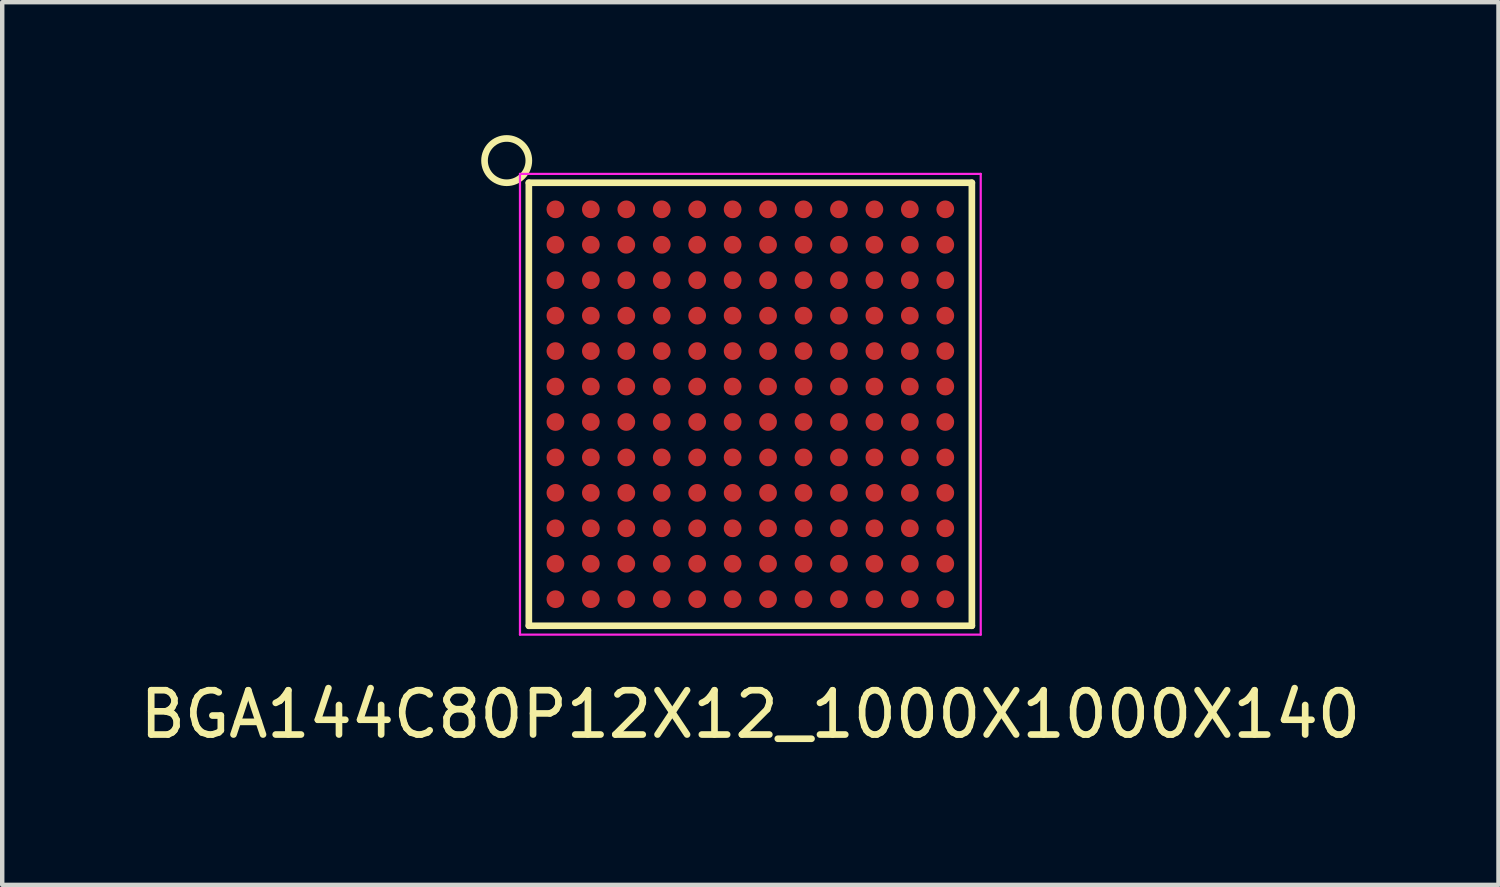
<source format=kicad_pcb>
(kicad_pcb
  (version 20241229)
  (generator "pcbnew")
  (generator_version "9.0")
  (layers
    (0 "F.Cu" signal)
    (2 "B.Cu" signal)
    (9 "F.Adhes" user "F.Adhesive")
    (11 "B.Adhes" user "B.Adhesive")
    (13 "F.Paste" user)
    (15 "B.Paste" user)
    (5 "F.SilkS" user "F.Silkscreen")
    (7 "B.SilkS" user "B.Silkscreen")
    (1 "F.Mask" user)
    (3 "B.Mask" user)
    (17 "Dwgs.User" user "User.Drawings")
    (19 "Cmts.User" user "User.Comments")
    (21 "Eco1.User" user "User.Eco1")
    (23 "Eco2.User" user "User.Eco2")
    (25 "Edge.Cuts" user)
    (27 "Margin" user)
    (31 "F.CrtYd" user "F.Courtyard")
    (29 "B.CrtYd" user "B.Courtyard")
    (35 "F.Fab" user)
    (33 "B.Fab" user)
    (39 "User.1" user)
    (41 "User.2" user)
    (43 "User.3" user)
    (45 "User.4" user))
  (footprint "BGA144C80P12X12_1000X1000X140"
    (layer "F.Cu")
    (at 13.887 6.075)
    (property "Reference" "BGA144C80P12X12_1000X1000X140" (at 0 7 0) (layer "F.SilkS") (effects (font (size 1 1) (thickness 0.15))))
    (attr through_hole)
    (fp_line (start -5 -5) (end -5 5) (stroke (width 0.15) (type solid)) (layer "F.SilkS"))
    (fp_line (start -5 5) (end 5 5) (stroke (width 0.15) (type solid)) (layer "F.SilkS"))
    (fp_line (start 5 -5) (end -5 -5) (stroke (width 0.15) (type solid)) (layer "F.SilkS"))
    (fp_line (start 5 5) (end 5 -5) (stroke (width 0.15) (type solid)) (layer "F.SilkS"))
    (fp_circle (center -5.5 -5.5) (end -6 -5.5) (stroke (width 0.15) (type solid)) (fill no) (layer "F.SilkS"))
    (fp_line (start -5.2 -5.2) (end -5.2 5.2) (stroke (width 0.05) (type solid)) (layer "F.CrtYd"))
    (fp_line (start -5.2 -5.2) (end 5.2 -5.2) (stroke (width 0.05) (type solid)) (layer "F.CrtYd"))
    (fp_line (start 5.2 -5.2) (end 5.2 5.2) (stroke (width 0.05) (type solid)) (layer "F.CrtYd"))
    (fp_line (start 5.2 5.2) (end -5.2 5.2) (stroke (width 0.05) (type solid)) (layer "F.CrtYd"))
    (pad "A1" smd circle (at -4.4 -4.4) (size 0.4 0.4) (layers "F.Cu" "F.Mask" "F.Paste"))
    (pad "A2" smd circle (at -3.6 -4.4) (size 0.4 0.4) (layers "F.Cu" "F.Mask" "F.Paste"))
    (pad "A3" smd circle (at -2.8 -4.4) (size 0.4 0.4) (layers "F.Cu" "F.Mask" "F.Paste"))
    (pad "A4" smd circle (at -2 -4.4) (size 0.4 0.4) (layers "F.Cu" "F.Mask" "F.Paste"))
    (pad "A5" smd circle (at -1.2 -4.4) (size 0.4 0.4) (layers "F.Cu" "F.Mask" "F.Paste"))
    (pad "A6" smd circle (at -0.4 -4.4) (size 0.4 0.4) (layers "F.Cu" "F.Mask" "F.Paste"))
    (pad "A7" smd circle (at 0.4 -4.4) (size 0.4 0.4) (layers "F.Cu" "F.Mask" "F.Paste"))
    (pad "A8" smd circle (at 1.2 -4.4) (size 0.4 0.4) (layers "F.Cu" "F.Mask" "F.Paste"))
    (pad "A9" smd circle (at 2 -4.4) (size 0.4 0.4) (layers "F.Cu" "F.Mask" "F.Paste"))
    (pad "A10" smd circle (at 2.8 -4.4) (size 0.4 0.4) (layers "F.Cu" "F.Mask" "F.Paste"))
    (pad "A11" smd circle (at 3.6 -4.4) (size 0.4 0.4) (layers "F.Cu" "F.Mask" "F.Paste"))
    (pad "A12" smd circle (at 4.4 -4.4) (size 0.4 0.4) (layers "F.Cu" "F.Mask" "F.Paste"))
    (pad "B1" smd circle (at -4.4 -3.6) (size 0.4 0.4) (layers "F.Cu" "F.Mask" "F.Paste"))
    (pad "B2" smd circle (at -3.6 -3.6) (size 0.4 0.4) (layers "F.Cu" "F.Mask" "F.Paste"))
    (pad "B3" smd circle (at -2.8 -3.6) (size 0.4 0.4) (layers "F.Cu" "F.Mask" "F.Paste"))
    (pad "B4" smd circle (at -2 -3.6) (size 0.4 0.4) (layers "F.Cu" "F.Mask" "F.Paste"))
    (pad "B5" smd circle (at -1.2 -3.6) (size 0.4 0.4) (layers "F.Cu" "F.Mask" "F.Paste"))
    (pad "B6" smd circle (at -0.4 -3.6) (size 0.4 0.4) (layers "F.Cu" "F.Mask" "F.Paste"))
    (pad "B7" smd circle (at 0.4 -3.6) (size 0.4 0.4) (layers "F.Cu" "F.Mask" "F.Paste"))
    (pad "B8" smd circle (at 1.2 -3.6) (size 0.4 0.4) (layers "F.Cu" "F.Mask" "F.Paste"))
    (pad "B9" smd circle (at 2 -3.6) (size 0.4 0.4) (layers "F.Cu" "F.Mask" "F.Paste"))
    (pad "B10" smd circle (at 2.8 -3.6) (size 0.4 0.4) (layers "F.Cu" "F.Mask" "F.Paste"))
    (pad "B11" smd circle (at 3.6 -3.6) (size 0.4 0.4) (layers "F.Cu" "F.Mask" "F.Paste"))
    (pad "B12" smd circle (at 4.4 -3.6) (size 0.4 0.4) (layers "F.Cu" "F.Mask" "F.Paste"))
    (pad "C1" smd circle (at -4.4 -2.8) (size 0.4 0.4) (layers "F.Cu" "F.Mask" "F.Paste"))
    (pad "C2" smd circle (at -3.6 -2.8) (size 0.4 0.4) (layers "F.Cu" "F.Mask" "F.Paste"))
    (pad "C3" smd circle (at -2.8 -2.8) (size 0.4 0.4) (layers "F.Cu" "F.Mask" "F.Paste"))
    (pad "C4" smd circle (at -2 -2.8) (size 0.4 0.4) (layers "F.Cu" "F.Mask" "F.Paste"))
    (pad "C5" smd circle (at -1.2 -2.8) (size 0.4 0.4) (layers "F.Cu" "F.Mask" "F.Paste"))
    (pad "C6" smd circle (at -0.4 -2.8) (size 0.4 0.4) (layers "F.Cu" "F.Mask" "F.Paste"))
    (pad "C7" smd circle (at 0.4 -2.8) (size 0.4 0.4) (layers "F.Cu" "F.Mask" "F.Paste"))
    (pad "C8" smd circle (at 1.2 -2.8) (size 0.4 0.4) (layers "F.Cu" "F.Mask" "F.Paste"))
    (pad "C9" smd circle (at 2 -2.8) (size 0.4 0.4) (layers "F.Cu" "F.Mask" "F.Paste"))
    (pad "C10" smd circle (at 2.8 -2.8) (size 0.4 0.4) (layers "F.Cu" "F.Mask" "F.Paste"))
    (pad "C11" smd circle (at 3.6 -2.8) (size 0.4 0.4) (layers "F.Cu" "F.Mask" "F.Paste"))
    (pad "C12" smd circle (at 4.4 -2.8) (size 0.4 0.4) (layers "F.Cu" "F.Mask" "F.Paste"))
    (pad "D1" smd circle (at -4.4 -2) (size 0.4 0.4) (layers "F.Cu" "F.Mask" "F.Paste"))
    (pad "D2" smd circle (at -3.6 -2) (size 0.4 0.4) (layers "F.Cu" "F.Mask" "F.Paste"))
    (pad "D3" smd circle (at -2.8 -2) (size 0.4 0.4) (layers "F.Cu" "F.Mask" "F.Paste"))
    (pad "D4" smd circle (at -2 -2) (size 0.4 0.4) (layers "F.Cu" "F.Mask" "F.Paste"))
    (pad "D5" smd circle (at -1.2 -2) (size 0.4 0.4) (layers "F.Cu" "F.Mask" "F.Paste"))
    (pad "D6" smd circle (at -0.4 -2) (size 0.4 0.4) (layers "F.Cu" "F.Mask" "F.Paste"))
    (pad "D7" smd circle (at 0.4 -2) (size 0.4 0.4) (layers "F.Cu" "F.Mask" "F.Paste"))
    (pad "D8" smd circle (at 1.2 -2) (size 0.4 0.4) (layers "F.Cu" "F.Mask" "F.Paste"))
    (pad "D9" smd circle (at 2 -2) (size 0.4 0.4) (layers "F.Cu" "F.Mask" "F.Paste"))
    (pad "D10" smd circle (at 2.8 -2) (size 0.4 0.4) (layers "F.Cu" "F.Mask" "F.Paste"))
    (pad "D11" smd circle (at 3.6 -2) (size 0.4 0.4) (layers "F.Cu" "F.Mask" "F.Paste"))
    (pad "D12" smd circle (at 4.4 -2) (size 0.4 0.4) (layers "F.Cu" "F.Mask" "F.Paste"))
    (pad "E1" smd circle (at -4.4 -1.2) (size 0.4 0.4) (layers "F.Cu" "F.Mask" "F.Paste"))
    (pad "E2" smd circle (at -3.6 -1.2) (size 0.4 0.4) (layers "F.Cu" "F.Mask" "F.Paste"))
    (pad "E3" smd circle (at -2.8 -1.2) (size 0.4 0.4) (layers "F.Cu" "F.Mask" "F.Paste"))
    (pad "E4" smd circle (at -2 -1.2) (size 0.4 0.4) (layers "F.Cu" "F.Mask" "F.Paste"))
    (pad "E5" smd circle (at -1.2 -1.2) (size 0.4 0.4) (layers "F.Cu" "F.Mask" "F.Paste"))
    (pad "E6" smd circle (at -0.4 -1.2) (size 0.4 0.4) (layers "F.Cu" "F.Mask" "F.Paste"))
    (pad "E7" smd circle (at 0.4 -1.2) (size 0.4 0.4) (layers "F.Cu" "F.Mask" "F.Paste"))
    (pad "E8" smd circle (at 1.2 -1.2) (size 0.4 0.4) (layers "F.Cu" "F.Mask" "F.Paste"))
    (pad "E9" smd circle (at 2 -1.2) (size 0.4 0.4) (layers "F.Cu" "F.Mask" "F.Paste"))
    (pad "E10" smd circle (at 2.8 -1.2) (size 0.4 0.4) (layers "F.Cu" "F.Mask" "F.Paste"))
    (pad "E11" smd circle (at 3.6 -1.2) (size 0.4 0.4) (layers "F.Cu" "F.Mask" "F.Paste"))
    (pad "E12" smd circle (at 4.4 -1.2) (size 0.4 0.4) (layers "F.Cu" "F.Mask" "F.Paste"))
    (pad "F1" smd circle (at -4.4 -0.4) (size 0.4 0.4) (layers "F.Cu" "F.Mask" "F.Paste"))
    (pad "F2" smd circle (at -3.6 -0.4) (size 0.4 0.4) (layers "F.Cu" "F.Mask" "F.Paste"))
    (pad "F3" smd circle (at -2.8 -0.4) (size 0.4 0.4) (layers "F.Cu" "F.Mask" "F.Paste"))
    (pad "F4" smd circle (at -2 -0.4) (size 0.4 0.4) (layers "F.Cu" "F.Mask" "F.Paste"))
    (pad "F5" smd circle (at -1.2 -0.4) (size 0.4 0.4) (layers "F.Cu" "F.Mask" "F.Paste"))
    (pad "F6" smd circle (at -0.4 -0.4) (size 0.4 0.4) (layers "F.Cu" "F.Mask" "F.Paste"))
    (pad "F7" smd circle (at 0.4 -0.4) (size 0.4 0.4) (layers "F.Cu" "F.Mask" "F.Paste"))
    (pad "F8" smd circle (at 1.2 -0.4) (size 0.4 0.4) (layers "F.Cu" "F.Mask" "F.Paste"))
    (pad "F9" smd circle (at 2 -0.4) (size 0.4 0.4) (layers "F.Cu" "F.Mask" "F.Paste"))
    (pad "F10" smd circle (at 2.8 -0.4) (size 0.4 0.4) (layers "F.Cu" "F.Mask" "F.Paste"))
    (pad "F11" smd circle (at 3.6 -0.4) (size 0.4 0.4) (layers "F.Cu" "F.Mask" "F.Paste"))
    (pad "F12" smd circle (at 4.4 -0.4) (size 0.4 0.4) (layers "F.Cu" "F.Mask" "F.Paste"))
    (pad "G1" smd circle (at -4.4 0.4) (size 0.4 0.4) (layers "F.Cu" "F.Mask" "F.Paste"))
    (pad "G2" smd circle (at -3.6 0.4) (size 0.4 0.4) (layers "F.Cu" "F.Mask" "F.Paste"))
    (pad "G3" smd circle (at -2.8 0.4) (size 0.4 0.4) (layers "F.Cu" "F.Mask" "F.Paste"))
    (pad "G4" smd circle (at -2 0.4) (size 0.4 0.4) (layers "F.Cu" "F.Mask" "F.Paste"))
    (pad "G5" smd circle (at -1.2 0.4) (size 0.4 0.4) (layers "F.Cu" "F.Mask" "F.Paste"))
    (pad "G6" smd circle (at -0.4 0.4) (size 0.4 0.4) (layers "F.Cu" "F.Mask" "F.Paste"))
    (pad "G7" smd circle (at 0.4 0.4) (size 0.4 0.4) (layers "F.Cu" "F.Mask" "F.Paste"))
    (pad "G8" smd circle (at 1.2 0.4) (size 0.4 0.4) (layers "F.Cu" "F.Mask" "F.Paste"))
    (pad "G9" smd circle (at 2 0.4) (size 0.4 0.4) (layers "F.Cu" "F.Mask" "F.Paste"))
    (pad "G10" smd circle (at 2.8 0.4) (size 0.4 0.4) (layers "F.Cu" "F.Mask" "F.Paste"))
    (pad "G11" smd circle (at 3.6 0.4) (size 0.4 0.4) (layers "F.Cu" "F.Mask" "F.Paste"))
    (pad "G12" smd circle (at 4.4 0.4) (size 0.4 0.4) (layers "F.Cu" "F.Mask" "F.Paste"))
    (pad "H1" smd circle (at -4.4 1.2) (size 0.4 0.4) (layers "F.Cu" "F.Mask" "F.Paste"))
    (pad "H2" smd circle (at -3.6 1.2) (size 0.4 0.4) (layers "F.Cu" "F.Mask" "F.Paste"))
    (pad "H3" smd circle (at -2.8 1.2) (size 0.4 0.4) (layers "F.Cu" "F.Mask" "F.Paste"))
    (pad "H4" smd circle (at -2 1.2) (size 0.4 0.4) (layers "F.Cu" "F.Mask" "F.Paste"))
    (pad "H5" smd circle (at -1.2 1.2) (size 0.4 0.4) (layers "F.Cu" "F.Mask" "F.Paste"))
    (pad "H6" smd circle (at -0.4 1.2) (size 0.4 0.4) (layers "F.Cu" "F.Mask" "F.Paste"))
    (pad "H7" smd circle (at 0.4 1.2) (size 0.4 0.4) (layers "F.Cu" "F.Mask" "F.Paste"))
    (pad "H8" smd circle (at 1.2 1.2) (size 0.4 0.4) (layers "F.Cu" "F.Mask" "F.Paste"))
    (pad "H9" smd circle (at 2 1.2) (size 0.4 0.4) (layers "F.Cu" "F.Mask" "F.Paste"))
    (pad "H10" smd circle (at 2.8 1.2) (size 0.4 0.4) (layers "F.Cu" "F.Mask" "F.Paste"))
    (pad "H11" smd circle (at 3.6 1.2) (size 0.4 0.4) (layers "F.Cu" "F.Mask" "F.Paste"))
    (pad "H12" smd circle (at 4.4 1.2) (size 0.4 0.4) (layers "F.Cu" "F.Mask" "F.Paste"))
    (pad "J1" smd circle (at -4.4 2) (size 0.4 0.4) (layers "F.Cu" "F.Mask" "F.Paste"))
    (pad "J2" smd circle (at -3.6 2) (size 0.4 0.4) (layers "F.Cu" "F.Mask" "F.Paste"))
    (pad "J3" smd circle (at -2.8 2) (size 0.4 0.4) (layers "F.Cu" "F.Mask" "F.Paste"))
    (pad "J4" smd circle (at -2 2) (size 0.4 0.4) (layers "F.Cu" "F.Mask" "F.Paste"))
    (pad "J5" smd circle (at -1.2 2) (size 0.4 0.4) (layers "F.Cu" "F.Mask" "F.Paste"))
    (pad "J6" smd circle (at -0.4 2) (size 0.4 0.4) (layers "F.Cu" "F.Mask" "F.Paste"))
    (pad "J7" smd circle (at 0.4 2) (size 0.4 0.4) (layers "F.Cu" "F.Mask" "F.Paste"))
    (pad "J8" smd circle (at 1.2 2) (size 0.4 0.4) (layers "F.Cu" "F.Mask" "F.Paste"))
    (pad "J9" smd circle (at 2 2) (size 0.4 0.4) (layers "F.Cu" "F.Mask" "F.Paste"))
    (pad "J10" smd circle (at 2.8 2) (size 0.4 0.4) (layers "F.Cu" "F.Mask" "F.Paste"))
    (pad "J11" smd circle (at 3.6 2) (size 0.4 0.4) (layers "F.Cu" "F.Mask" "F.Paste"))
    (pad "J12" smd circle (at 4.4 2) (size 0.4 0.4) (layers "F.Cu" "F.Mask" "F.Paste"))
    (pad "K1" smd circle (at -4.4 2.8) (size 0.4 0.4) (layers "F.Cu" "F.Mask" "F.Paste"))
    (pad "K2" smd circle (at -3.6 2.8) (size 0.4 0.4) (layers "F.Cu" "F.Mask" "F.Paste"))
    (pad "K3" smd circle (at -2.8 2.8) (size 0.4 0.4) (layers "F.Cu" "F.Mask" "F.Paste"))
    (pad "K4" smd circle (at -2 2.8) (size 0.4 0.4) (layers "F.Cu" "F.Mask" "F.Paste"))
    (pad "K5" smd circle (at -1.2 2.8) (size 0.4 0.4) (layers "F.Cu" "F.Mask" "F.Paste"))
    (pad "K6" smd circle (at -0.4 2.8) (size 0.4 0.4) (layers "F.Cu" "F.Mask" "F.Paste"))
    (pad "K7" smd circle (at 0.4 2.8) (size 0.4 0.4) (layers "F.Cu" "F.Mask" "F.Paste"))
    (pad "K8" smd circle (at 1.2 2.8) (size 0.4 0.4) (layers "F.Cu" "F.Mask" "F.Paste"))
    (pad "K9" smd circle (at 2 2.8) (size 0.4 0.4) (layers "F.Cu" "F.Mask" "F.Paste"))
    (pad "K10" smd circle (at 2.8 2.8) (size 0.4 0.4) (layers "F.Cu" "F.Mask" "F.Paste"))
    (pad "K11" smd circle (at 3.6 2.8) (size 0.4 0.4) (layers "F.Cu" "F.Mask" "F.Paste"))
    (pad "K12" smd circle (at 4.4 2.8) (size 0.4 0.4) (layers "F.Cu" "F.Mask" "F.Paste"))
    (pad "L1" smd circle (at -4.4 3.6) (size 0.4 0.4) (layers "F.Cu" "F.Mask" "F.Paste"))
    (pad "L2" smd circle (at -3.6 3.6) (size 0.4 0.4) (layers "F.Cu" "F.Mask" "F.Paste"))
    (pad "L3" smd circle (at -2.8 3.6) (size 0.4 0.4) (layers "F.Cu" "F.Mask" "F.Paste"))
    (pad "L4" smd circle (at -2 3.6) (size 0.4 0.4) (layers "F.Cu" "F.Mask" "F.Paste"))
    (pad "L5" smd circle (at -1.2 3.6) (size 0.4 0.4) (layers "F.Cu" "F.Mask" "F.Paste"))
    (pad "L6" smd circle (at -0.4 3.6) (size 0.4 0.4) (layers "F.Cu" "F.Mask" "F.Paste"))
    (pad "L7" smd circle (at 0.4 3.6) (size 0.4 0.4) (layers "F.Cu" "F.Mask" "F.Paste"))
    (pad "L8" smd circle (at 1.2 3.6) (size 0.4 0.4) (layers "F.Cu" "F.Mask" "F.Paste"))
    (pad "L9" smd circle (at 2 3.6) (size 0.4 0.4) (layers "F.Cu" "F.Mask" "F.Paste"))
    (pad "L10" smd circle (at 2.8 3.6) (size 0.4 0.4) (layers "F.Cu" "F.Mask" "F.Paste"))
    (pad "L11" smd circle (at 3.6 3.6) (size 0.4 0.4) (layers "F.Cu" "F.Mask" "F.Paste"))
    (pad "L12" smd circle (at 4.4 3.6) (size 0.4 0.4) (layers "F.Cu" "F.Mask" "F.Paste"))
    (pad "M1" smd circle (at -4.4 4.4) (size 0.4 0.4) (layers "F.Cu" "F.Mask" "F.Paste"))
    (pad "M2" smd circle (at -3.6 4.4) (size 0.4 0.4) (layers "F.Cu" "F.Mask" "F.Paste"))
    (pad "M3" smd circle (at -2.8 4.4) (size 0.4 0.4) (layers "F.Cu" "F.Mask" "F.Paste"))
    (pad "M4" smd circle (at -2 4.4) (size 0.4 0.4) (layers "F.Cu" "F.Mask" "F.Paste"))
    (pad "M5" smd circle (at -1.2 4.4) (size 0.4 0.4) (layers "F.Cu" "F.Mask" "F.Paste"))
    (pad "M6" smd circle (at -0.4 4.4) (size 0.4 0.4) (layers "F.Cu" "F.Mask" "F.Paste"))
    (pad "M7" smd circle (at 0.4 4.4) (size 0.4 0.4) (layers "F.Cu" "F.Mask" "F.Paste"))
    (pad "M8" smd circle (at 1.2 4.4) (size 0.4 0.4) (layers "F.Cu" "F.Mask" "F.Paste"))
    (pad "M9" smd circle (at 2 4.4) (size 0.4 0.4) (layers "F.Cu" "F.Mask" "F.Paste"))
    (pad "M10" smd circle (at 2.8 4.4) (size 0.4 0.4) (layers "F.Cu" "F.Mask" "F.Paste"))
    (pad "M11" smd circle (at 3.6 4.4) (size 0.4 0.4) (layers "F.Cu" "F.Mask" "F.Paste"))
    (pad "M12" smd circle (at 4.4 4.4) (size 0.4 0.4) (layers "F.Cu" "F.Mask" "F.Paste")))
  (gr_rect
    (start -3 -3)
    (end 30.774 16.923)
    (stroke (width 0.1) (type default))
    (fill no)
    (layer "Edge.Cuts")))
</source>
